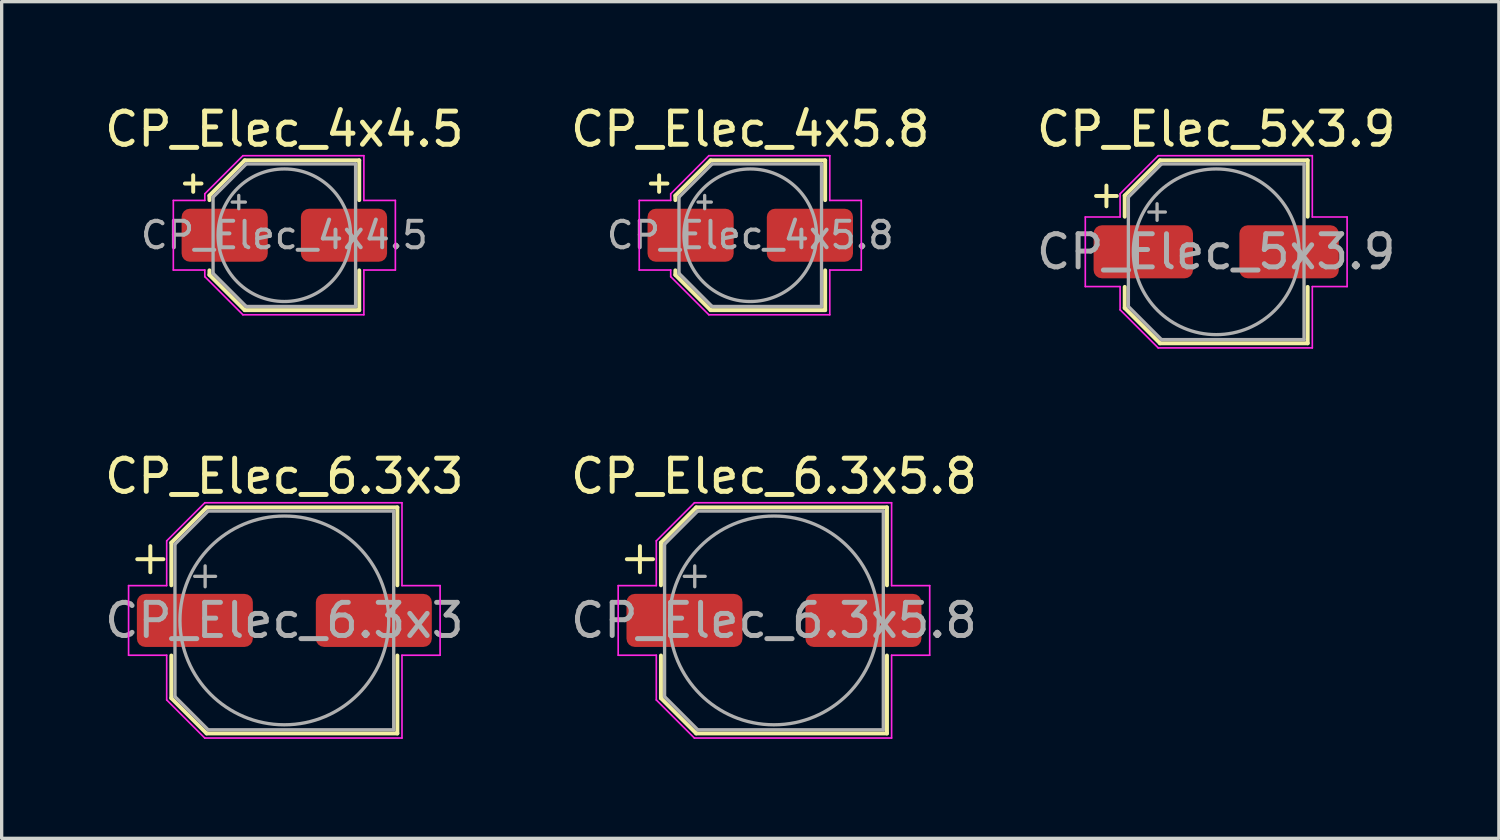
<source format=kicad_pcb>
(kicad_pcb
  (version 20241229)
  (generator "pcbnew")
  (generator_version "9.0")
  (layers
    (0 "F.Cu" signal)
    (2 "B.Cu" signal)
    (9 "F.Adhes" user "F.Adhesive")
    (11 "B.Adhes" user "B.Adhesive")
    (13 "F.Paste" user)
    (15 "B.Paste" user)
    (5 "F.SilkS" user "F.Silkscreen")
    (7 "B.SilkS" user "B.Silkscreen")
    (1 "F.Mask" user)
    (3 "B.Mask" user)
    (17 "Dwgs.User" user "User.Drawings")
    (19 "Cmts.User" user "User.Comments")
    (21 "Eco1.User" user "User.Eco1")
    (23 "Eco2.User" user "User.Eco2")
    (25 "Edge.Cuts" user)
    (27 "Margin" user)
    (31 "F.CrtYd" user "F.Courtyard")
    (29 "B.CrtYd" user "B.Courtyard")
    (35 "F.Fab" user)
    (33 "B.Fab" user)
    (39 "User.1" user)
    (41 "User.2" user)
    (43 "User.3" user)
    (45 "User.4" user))
  (footprint "CP_Elec_4x5.8"
    (layer "F.Cu")
    (at 19.589 4.048)
    (property "Reference" "CP_Elec_4x5.8" (at 0 -3.2 0) (layer "F.SilkS") (effects (font (size 1 1) (thickness 0.15))))
    (attr smd)
    (fp_line (start -3 -1.56) (end -2.5 -1.56) (stroke (width 0.12) (type solid)) (layer "F.SilkS"))
    (fp_line (start -2.75 -1.81) (end -2.75 -1.31) (stroke (width 0.12) (type solid)) (layer "F.SilkS"))
    (fp_line (start -2.26 -1.196) (end -2.26 -1.06) (stroke (width 0.12) (type solid)) (layer "F.SilkS"))
    (fp_line (start -2.26 -1.196) (end -1.196 -2.26) (stroke (width 0.12) (type solid)) (layer "F.SilkS"))
    (fp_line (start -2.26 1.196) (end -2.26 1.06) (stroke (width 0.12) (type solid)) (layer "F.SilkS"))
    (fp_line (start -2.26 1.196) (end -1.196 2.26) (stroke (width 0.12) (type solid)) (layer "F.SilkS"))
    (fp_line (start -1.196 -2.26) (end 2.26 -2.26) (stroke (width 0.12) (type solid)) (layer "F.SilkS"))
    (fp_line (start -1.196 2.26) (end 2.26 2.26) (stroke (width 0.12) (type solid)) (layer "F.SilkS"))
    (fp_line (start 2.26 -2.26) (end 2.26 -1.06) (stroke (width 0.12) (type solid)) (layer "F.SilkS"))
    (fp_line (start 2.26 2.26) (end 2.26 1.06) (stroke (width 0.12) (type solid)) (layer "F.SilkS"))
    (fp_line (start -3.35 -1.05) (end -3.35 1.05) (stroke (width 0.05) (type solid)) (layer "F.CrtYd"))
    (fp_line (start -3.35 1.05) (end -2.4 1.05) (stroke (width 0.05) (type solid)) (layer "F.CrtYd"))
    (fp_line (start -2.4 -1.25) (end -2.4 -1.05) (stroke (width 0.05) (type solid)) (layer "F.CrtYd"))
    (fp_line (start -2.4 -1.25) (end -1.25 -2.4) (stroke (width 0.05) (type solid)) (layer "F.CrtYd"))
    (fp_line (start -2.4 -1.05) (end -3.35 -1.05) (stroke (width 0.05) (type solid)) (layer "F.CrtYd"))
    (fp_line (start -2.4 1.05) (end -2.4 1.25) (stroke (width 0.05) (type solid)) (layer "F.CrtYd"))
    (fp_line (start -2.4 1.25) (end -1.25 2.4) (stroke (width 0.05) (type solid)) (layer "F.CrtYd"))
    (fp_line (start -1.25 -2.4) (end 2.4 -2.4) (stroke (width 0.05) (type solid)) (layer "F.CrtYd"))
    (fp_line (start -1.25 2.4) (end 2.4 2.4) (stroke (width 0.05) (type solid)) (layer "F.CrtYd"))
    (fp_line (start 2.4 -2.4) (end 2.4 -1.05) (stroke (width 0.05) (type solid)) (layer "F.CrtYd"))
    (fp_line (start 2.4 -1.05) (end 3.35 -1.05) (stroke (width 0.05) (type solid)) (layer "F.CrtYd"))
    (fp_line (start 2.4 1.05) (end 2.4 2.4) (stroke (width 0.05) (type solid)) (layer "F.CrtYd"))
    (fp_line (start 3.35 -1.05) (end 3.35 1.05) (stroke (width 0.05) (type solid)) (layer "F.CrtYd"))
    (fp_line (start 3.35 1.05) (end 2.4 1.05) (stroke (width 0.05) (type solid)) (layer "F.CrtYd"))
    (fp_line (start -2.15 -1.15) (end -2.15 1.15) (stroke (width 0.1) (type solid)) (layer "F.Fab"))
    (fp_line (start -2.15 -1.15) (end -1.15 -2.15) (stroke (width 0.1) (type solid)) (layer "F.Fab"))
    (fp_line (start -2.15 1.15) (end -1.15 2.15) (stroke (width 0.1) (type solid)) (layer "F.Fab"))
    (fp_line (start -1.575 -1) (end -1.175 -1) (stroke (width 0.1) (type solid)) (layer "F.Fab"))
    (fp_line (start -1.375 -1.2) (end -1.375 -0.8) (stroke (width 0.1) (type solid)) (layer "F.Fab"))
    (fp_line (start -1.15 -2.15) (end 2.15 -2.15) (stroke (width 0.1) (type solid)) (layer "F.Fab"))
    (fp_line (start -1.15 2.15) (end 2.15 2.15) (stroke (width 0.1) (type solid)) (layer "F.Fab"))
    (fp_line (start 2.15 -2.15) (end 2.15 2.15) (stroke (width 0.1) (type solid)) (layer "F.Fab"))
    (fp_circle (center 0 0) (end 2 0) (stroke (width 0.1) (type solid)) (fill no) (layer "F.Fab"))
    (fp_text user "${REFERENCE}" (at 0 0 0) (layer "F.Fab") (effects (font (size 0.8 0.8) (thickness 0.12))))
    (pad "1" smd roundrect (at -1.8 0) (size 2.6 1.6) (layers "F.Cu" "F.Mask" "F.Paste") (roundrect_rratio 0.156))
    (pad "2" smd roundrect (at 1.8 0) (size 2.6 1.6) (layers "F.Cu" "F.Mask" "F.Paste") (roundrect_rratio 0.156)))
  (footprint "CP_Elec_6.3x5.8"
    (layer "F.Cu")
    (at 20.304 15.671)
    (property "Reference" "CP_Elec_6.3x5.8" (at 0 -4.35 0) (layer "F.SilkS") (effects (font (size 1 1) (thickness 0.15))))
    (attr smd)
    (fp_line (start -4.438 -1.847) (end -3.65 -1.847) (stroke (width 0.12) (type solid)) (layer "F.SilkS"))
    (fp_line (start -4.044 -2.241) (end -4.044 -1.454) (stroke (width 0.12) (type solid)) (layer "F.SilkS"))
    (fp_line (start -3.41 -2.346) (end -3.41 -1.06) (stroke (width 0.12) (type solid)) (layer "F.SilkS"))
    (fp_line (start -3.41 -2.346) (end -2.346 -3.41) (stroke (width 0.12) (type solid)) (layer "F.SilkS"))
    (fp_line (start -3.41 2.346) (end -3.41 1.06) (stroke (width 0.12) (type solid)) (layer "F.SilkS"))
    (fp_line (start -3.41 2.346) (end -2.346 3.41) (stroke (width 0.12) (type solid)) (layer "F.SilkS"))
    (fp_line (start -2.346 -3.41) (end 3.41 -3.41) (stroke (width 0.12) (type solid)) (layer "F.SilkS"))
    (fp_line (start -2.346 3.41) (end 3.41 3.41) (stroke (width 0.12) (type solid)) (layer "F.SilkS"))
    (fp_line (start 3.41 -3.41) (end 3.41 -1.06) (stroke (width 0.12) (type solid)) (layer "F.SilkS"))
    (fp_line (start 3.41 3.41) (end 3.41 1.06) (stroke (width 0.12) (type solid)) (layer "F.SilkS"))
    (fp_line (start -4.7 -1.05) (end -4.7 1.05) (stroke (width 0.05) (type solid)) (layer "F.CrtYd"))
    (fp_line (start -4.7 1.05) (end -3.55 1.05) (stroke (width 0.05) (type solid)) (layer "F.CrtYd"))
    (fp_line (start -3.55 -2.4) (end -3.55 -1.05) (stroke (width 0.05) (type solid)) (layer "F.CrtYd"))
    (fp_line (start -3.55 -2.4) (end -2.4 -3.55) (stroke (width 0.05) (type solid)) (layer "F.CrtYd"))
    (fp_line (start -3.55 -1.05) (end -4.7 -1.05) (stroke (width 0.05) (type solid)) (layer "F.CrtYd"))
    (fp_line (start -3.55 1.05) (end -3.55 2.4) (stroke (width 0.05) (type solid)) (layer "F.CrtYd"))
    (fp_line (start -3.55 2.4) (end -2.4 3.55) (stroke (width 0.05) (type solid)) (layer "F.CrtYd"))
    (fp_line (start -2.4 -3.55) (end 3.55 -3.55) (stroke (width 0.05) (type solid)) (layer "F.CrtYd"))
    (fp_line (start -2.4 3.55) (end 3.55 3.55) (stroke (width 0.05) (type solid)) (layer "F.CrtYd"))
    (fp_line (start 3.55 -3.55) (end 3.55 -1.05) (stroke (width 0.05) (type solid)) (layer "F.CrtYd"))
    (fp_line (start 3.55 -1.05) (end 4.7 -1.05) (stroke (width 0.05) (type solid)) (layer "F.CrtYd"))
    (fp_line (start 3.55 1.05) (end 3.55 3.55) (stroke (width 0.05) (type solid)) (layer "F.CrtYd"))
    (fp_line (start 4.7 -1.05) (end 4.7 1.05) (stroke (width 0.05) (type solid)) (layer "F.CrtYd"))
    (fp_line (start 4.7 1.05) (end 3.55 1.05) (stroke (width 0.05) (type solid)) (layer "F.CrtYd"))
    (fp_line (start -3.3 -2.3) (end -3.3 2.3) (stroke (width 0.1) (type solid)) (layer "F.Fab"))
    (fp_line (start -3.3 -2.3) (end -2.3 -3.3) (stroke (width 0.1) (type solid)) (layer "F.Fab"))
    (fp_line (start -3.3 2.3) (end -2.3 3.3) (stroke (width 0.1) (type solid)) (layer "F.Fab"))
    (fp_line (start -2.705 -1.33) (end -2.075 -1.33) (stroke (width 0.1) (type solid)) (layer "F.Fab"))
    (fp_line (start -2.39 -1.645) (end -2.39 -1.015) (stroke (width 0.1) (type solid)) (layer "F.Fab"))
    (fp_line (start -2.3 -3.3) (end 3.3 -3.3) (stroke (width 0.1) (type solid)) (layer "F.Fab"))
    (fp_line (start -2.3 3.3) (end 3.3 3.3) (stroke (width 0.1) (type solid)) (layer "F.Fab"))
    (fp_line (start 3.3 -3.3) (end 3.3 3.3) (stroke (width 0.1) (type solid)) (layer "F.Fab"))
    (fp_circle (center 0 0) (end 3.15 0) (stroke (width 0.1) (type solid)) (fill no) (layer "F.Fab"))
    (fp_text user "${REFERENCE}" (at 0 0 0) (layer "F.Fab") (effects (font (size 1 1) (thickness 0.15))))
    (pad "1" smd roundrect (at -2.7 0) (size 3.5 1.6) (layers "F.Cu" "F.Mask" "F.Paste") (roundrect_rratio 0.156))
    (pad "2" smd roundrect (at 2.7 0) (size 3.5 1.6) (layers "F.Cu" "F.Mask" "F.Paste") (roundrect_rratio 0.156)))
  (footprint "CP_Elec_5x3.9"
    (layer "F.Cu")
    (at 33.649 4.548)
    (property "Reference" "CP_Elec_5x3.9" (at 0 -3.7 0) (layer "F.SilkS") (effects (font (size 1 1) (thickness 0.15))))
    (attr smd)
    (fp_line (start -3.625 -1.685) (end -3 -1.685) (stroke (width 0.12) (type solid)) (layer "F.SilkS"))
    (fp_line (start -3.312 -1.998) (end -3.312 -1.373) (stroke (width 0.12) (type solid)) (layer "F.SilkS"))
    (fp_line (start -2.76 -1.696) (end -2.76 -1.06) (stroke (width 0.12) (type solid)) (layer "F.SilkS"))
    (fp_line (start -2.76 -1.696) (end -1.696 -2.76) (stroke (width 0.12) (type solid)) (layer "F.SilkS"))
    (fp_line (start -2.76 1.696) (end -2.76 1.06) (stroke (width 0.12) (type solid)) (layer "F.SilkS"))
    (fp_line (start -2.76 1.696) (end -1.696 2.76) (stroke (width 0.12) (type solid)) (layer "F.SilkS"))
    (fp_line (start -1.696 -2.76) (end 2.76 -2.76) (stroke (width 0.12) (type solid)) (layer "F.SilkS"))
    (fp_line (start -1.696 2.76) (end 2.76 2.76) (stroke (width 0.12) (type solid)) (layer "F.SilkS"))
    (fp_line (start 2.76 -2.76) (end 2.76 -1.06) (stroke (width 0.12) (type solid)) (layer "F.SilkS"))
    (fp_line (start 2.76 2.76) (end 2.76 1.06) (stroke (width 0.12) (type solid)) (layer "F.SilkS"))
    (fp_line (start -3.95 -1.05) (end -3.95 1.05) (stroke (width 0.05) (type solid)) (layer "F.CrtYd"))
    (fp_line (start -3.95 1.05) (end -2.9 1.05) (stroke (width 0.05) (type solid)) (layer "F.CrtYd"))
    (fp_line (start -2.9 -1.75) (end -2.9 -1.05) (stroke (width 0.05) (type solid)) (layer "F.CrtYd"))
    (fp_line (start -2.9 -1.75) (end -1.75 -2.9) (stroke (width 0.05) (type solid)) (layer "F.CrtYd"))
    (fp_line (start -2.9 -1.05) (end -3.95 -1.05) (stroke (width 0.05) (type solid)) (layer "F.CrtYd"))
    (fp_line (start -2.9 1.05) (end -2.9 1.75) (stroke (width 0.05) (type solid)) (layer "F.CrtYd"))
    (fp_line (start -2.9 1.75) (end -1.75 2.9) (stroke (width 0.05) (type solid)) (layer "F.CrtYd"))
    (fp_line (start -1.75 -2.9) (end 2.9 -2.9) (stroke (width 0.05) (type solid)) (layer "F.CrtYd"))
    (fp_line (start -1.75 2.9) (end 2.9 2.9) (stroke (width 0.05) (type solid)) (layer "F.CrtYd"))
    (fp_line (start 2.9 -2.9) (end 2.9 -1.05) (stroke (width 0.05) (type solid)) (layer "F.CrtYd"))
    (fp_line (start 2.9 -1.05) (end 3.95 -1.05) (stroke (width 0.05) (type solid)) (layer "F.CrtYd"))
    (fp_line (start 2.9 1.05) (end 2.9 2.9) (stroke (width 0.05) (type solid)) (layer "F.CrtYd"))
    (fp_line (start 3.95 -1.05) (end 3.95 1.05) (stroke (width 0.05) (type solid)) (layer "F.CrtYd"))
    (fp_line (start 3.95 1.05) (end 2.9 1.05) (stroke (width 0.05) (type solid)) (layer "F.CrtYd"))
    (fp_line (start -2.65 -1.65) (end -2.65 1.65) (stroke (width 0.1) (type solid)) (layer "F.Fab"))
    (fp_line (start -2.65 -1.65) (end -1.65 -2.65) (stroke (width 0.1) (type solid)) (layer "F.Fab"))
    (fp_line (start -2.65 1.65) (end -1.65 2.65) (stroke (width 0.1) (type solid)) (layer "F.Fab"))
    (fp_line (start -2.034 -1.2) (end -1.534 -1.2) (stroke (width 0.1) (type solid)) (layer "F.Fab"))
    (fp_line (start -1.784 -1.45) (end -1.784 -0.95) (stroke (width 0.1) (type solid)) (layer "F.Fab"))
    (fp_line (start -1.65 -2.65) (end 2.65 -2.65) (stroke (width 0.1) (type solid)) (layer "F.Fab"))
    (fp_line (start -1.65 2.65) (end 2.65 2.65) (stroke (width 0.1) (type solid)) (layer "F.Fab"))
    (fp_line (start 2.65 -2.65) (end 2.65 2.65) (stroke (width 0.1) (type solid)) (layer "F.Fab"))
    (fp_circle (center 0 0) (end 2.5 0) (stroke (width 0.1) (type solid)) (fill no) (layer "F.Fab"))
    (fp_text user "${REFERENCE}" (at 0 0 0) (layer "F.Fab") (effects (font (size 1 1) (thickness 0.15))))
    (pad "1" smd roundrect (at -2.2 0) (size 3 1.6) (layers "F.Cu" "F.Mask" "F.Paste") (roundrect_rratio 0.156))
    (pad "2" smd roundrect (at 2.2 0) (size 3 1.6) (layers "F.Cu" "F.Mask" "F.Paste") (roundrect_rratio 0.156)))
  (footprint "CP_Elec_4x4.5"
    (layer "F.Cu")
    (at 5.53 4.048)
    (property "Reference" "CP_Elec_4x4.5" (at 0 -3.2 0) (layer "F.SilkS") (effects (font (size 1 1) (thickness 0.15))))
    (attr smd)
    (fp_line (start -3 -1.56) (end -2.5 -1.56) (stroke (width 0.12) (type solid)) (layer "F.SilkS"))
    (fp_line (start -2.75 -1.81) (end -2.75 -1.31) (stroke (width 0.12) (type solid)) (layer "F.SilkS"))
    (fp_line (start -2.26 -1.196) (end -2.26 -1.06) (stroke (width 0.12) (type solid)) (layer "F.SilkS"))
    (fp_line (start -2.26 -1.196) (end -1.196 -2.26) (stroke (width 0.12) (type solid)) (layer "F.SilkS"))
    (fp_line (start -2.26 1.196) (end -2.26 1.06) (stroke (width 0.12) (type solid)) (layer "F.SilkS"))
    (fp_line (start -2.26 1.196) (end -1.196 2.26) (stroke (width 0.12) (type solid)) (layer "F.SilkS"))
    (fp_line (start -1.196 -2.26) (end 2.26 -2.26) (stroke (width 0.12) (type solid)) (layer "F.SilkS"))
    (fp_line (start -1.196 2.26) (end 2.26 2.26) (stroke (width 0.12) (type solid)) (layer "F.SilkS"))
    (fp_line (start 2.26 -2.26) (end 2.26 -1.06) (stroke (width 0.12) (type solid)) (layer "F.SilkS"))
    (fp_line (start 2.26 2.26) (end 2.26 1.06) (stroke (width 0.12) (type solid)) (layer "F.SilkS"))
    (fp_line (start -3.35 -1.05) (end -3.35 1.05) (stroke (width 0.05) (type solid)) (layer "F.CrtYd"))
    (fp_line (start -3.35 1.05) (end -2.4 1.05) (stroke (width 0.05) (type solid)) (layer "F.CrtYd"))
    (fp_line (start -2.4 -1.25) (end -2.4 -1.05) (stroke (width 0.05) (type solid)) (layer "F.CrtYd"))
    (fp_line (start -2.4 -1.25) (end -1.25 -2.4) (stroke (width 0.05) (type solid)) (layer "F.CrtYd"))
    (fp_line (start -2.4 -1.05) (end -3.35 -1.05) (stroke (width 0.05) (type solid)) (layer "F.CrtYd"))
    (fp_line (start -2.4 1.05) (end -2.4 1.25) (stroke (width 0.05) (type solid)) (layer "F.CrtYd"))
    (fp_line (start -2.4 1.25) (end -1.25 2.4) (stroke (width 0.05) (type solid)) (layer "F.CrtYd"))
    (fp_line (start -1.25 -2.4) (end 2.4 -2.4) (stroke (width 0.05) (type solid)) (layer "F.CrtYd"))
    (fp_line (start -1.25 2.4) (end 2.4 2.4) (stroke (width 0.05) (type solid)) (layer "F.CrtYd"))
    (fp_line (start 2.4 -2.4) (end 2.4 -1.05) (stroke (width 0.05) (type solid)) (layer "F.CrtYd"))
    (fp_line (start 2.4 -1.05) (end 3.35 -1.05) (stroke (width 0.05) (type solid)) (layer "F.CrtYd"))
    (fp_line (start 2.4 1.05) (end 2.4 2.4) (stroke (width 0.05) (type solid)) (layer "F.CrtYd"))
    (fp_line (start 3.35 -1.05) (end 3.35 1.05) (stroke (width 0.05) (type solid)) (layer "F.CrtYd"))
    (fp_line (start 3.35 1.05) (end 2.4 1.05) (stroke (width 0.05) (type solid)) (layer "F.CrtYd"))
    (fp_line (start -2.15 -1.15) (end -2.15 1.15) (stroke (width 0.1) (type solid)) (layer "F.Fab"))
    (fp_line (start -2.15 -1.15) (end -1.15 -2.15) (stroke (width 0.1) (type solid)) (layer "F.Fab"))
    (fp_line (start -2.15 1.15) (end -1.15 2.15) (stroke (width 0.1) (type solid)) (layer "F.Fab"))
    (fp_line (start -1.575 -1) (end -1.175 -1) (stroke (width 0.1) (type solid)) (layer "F.Fab"))
    (fp_line (start -1.375 -1.2) (end -1.375 -0.8) (stroke (width 0.1) (type solid)) (layer "F.Fab"))
    (fp_line (start -1.15 -2.15) (end 2.15 -2.15) (stroke (width 0.1) (type solid)) (layer "F.Fab"))
    (fp_line (start -1.15 2.15) (end 2.15 2.15) (stroke (width 0.1) (type solid)) (layer "F.Fab"))
    (fp_line (start 2.15 -2.15) (end 2.15 2.15) (stroke (width 0.1) (type solid)) (layer "F.Fab"))
    (fp_circle (center 0 0) (end 2 0) (stroke (width 0.1) (type solid)) (fill no) (layer "F.Fab"))
    (fp_text user "${REFERENCE}" (at 0 0 0) (layer "F.Fab") (effects (font (size 0.8 0.8) (thickness 0.12))))
    (pad "1" smd roundrect (at -1.8 0) (size 2.6 1.6) (layers "F.Cu" "F.Mask" "F.Paste") (roundrect_rratio 0.156))
    (pad "2" smd roundrect (at 1.8 0) (size 2.6 1.6) (layers "F.Cu" "F.Mask" "F.Paste") (roundrect_rratio 0.156)))
  (footprint "CP_Elec_6.3x3"
    (layer "F.Cu")
    (at 5.53 15.671)
    (property "Reference" "CP_Elec_6.3x3" (at 0 -4.35 0) (layer "F.SilkS") (effects (font (size 1 1) (thickness 0.15))))
    (attr smd)
    (fp_line (start -4.438 -1.847) (end -3.65 -1.847) (stroke (width 0.12) (type solid)) (layer "F.SilkS"))
    (fp_line (start -4.044 -2.241) (end -4.044 -1.454) (stroke (width 0.12) (type solid)) (layer "F.SilkS"))
    (fp_line (start -3.41 -2.346) (end -3.41 -1.06) (stroke (width 0.12) (type solid)) (layer "F.SilkS"))
    (fp_line (start -3.41 -2.346) (end -2.346 -3.41) (stroke (width 0.12) (type solid)) (layer "F.SilkS"))
    (fp_line (start -3.41 2.346) (end -3.41 1.06) (stroke (width 0.12) (type solid)) (layer "F.SilkS"))
    (fp_line (start -3.41 2.346) (end -2.346 3.41) (stroke (width 0.12) (type solid)) (layer "F.SilkS"))
    (fp_line (start -2.346 -3.41) (end 3.41 -3.41) (stroke (width 0.12) (type solid)) (layer "F.SilkS"))
    (fp_line (start -2.346 3.41) (end 3.41 3.41) (stroke (width 0.12) (type solid)) (layer "F.SilkS"))
    (fp_line (start 3.41 -3.41) (end 3.41 -1.06) (stroke (width 0.12) (type solid)) (layer "F.SilkS"))
    (fp_line (start 3.41 3.41) (end 3.41 1.06) (stroke (width 0.12) (type solid)) (layer "F.SilkS"))
    (fp_line (start -4.7 -1.05) (end -4.7 1.05) (stroke (width 0.05) (type solid)) (layer "F.CrtYd"))
    (fp_line (start -4.7 1.05) (end -3.55 1.05) (stroke (width 0.05) (type solid)) (layer "F.CrtYd"))
    (fp_line (start -3.55 -2.4) (end -3.55 -1.05) (stroke (width 0.05) (type solid)) (layer "F.CrtYd"))
    (fp_line (start -3.55 -2.4) (end -2.4 -3.55) (stroke (width 0.05) (type solid)) (layer "F.CrtYd"))
    (fp_line (start -3.55 -1.05) (end -4.7 -1.05) (stroke (width 0.05) (type solid)) (layer "F.CrtYd"))
    (fp_line (start -3.55 1.05) (end -3.55 2.4) (stroke (width 0.05) (type solid)) (layer "F.CrtYd"))
    (fp_line (start -3.55 2.4) (end -2.4 3.55) (stroke (width 0.05) (type solid)) (layer "F.CrtYd"))
    (fp_line (start -2.4 -3.55) (end 3.55 -3.55) (stroke (width 0.05) (type solid)) (layer "F.CrtYd"))
    (fp_line (start -2.4 3.55) (end 3.55 3.55) (stroke (width 0.05) (type solid)) (layer "F.CrtYd"))
    (fp_line (start 3.55 -3.55) (end 3.55 -1.05) (stroke (width 0.05) (type solid)) (layer "F.CrtYd"))
    (fp_line (start 3.55 -1.05) (end 4.7 -1.05) (stroke (width 0.05) (type solid)) (layer "F.CrtYd"))
    (fp_line (start 3.55 1.05) (end 3.55 3.55) (stroke (width 0.05) (type solid)) (layer "F.CrtYd"))
    (fp_line (start 4.7 -1.05) (end 4.7 1.05) (stroke (width 0.05) (type solid)) (layer "F.CrtYd"))
    (fp_line (start 4.7 1.05) (end 3.55 1.05) (stroke (width 0.05) (type solid)) (layer "F.CrtYd"))
    (fp_line (start -3.3 -2.3) (end -3.3 2.3) (stroke (width 0.1) (type solid)) (layer "F.Fab"))
    (fp_line (start -3.3 -2.3) (end -2.3 -3.3) (stroke (width 0.1) (type solid)) (layer "F.Fab"))
    (fp_line (start -3.3 2.3) (end -2.3 3.3) (stroke (width 0.1) (type solid)) (layer "F.Fab"))
    (fp_line (start -2.705 -1.33) (end -2.075 -1.33) (stroke (width 0.1) (type solid)) (layer "F.Fab"))
    (fp_line (start -2.39 -1.645) (end -2.39 -1.015) (stroke (width 0.1) (type solid)) (layer "F.Fab"))
    (fp_line (start -2.3 -3.3) (end 3.3 -3.3) (stroke (width 0.1) (type solid)) (layer "F.Fab"))
    (fp_line (start -2.3 3.3) (end 3.3 3.3) (stroke (width 0.1) (type solid)) (layer "F.Fab"))
    (fp_line (start 3.3 -3.3) (end 3.3 3.3) (stroke (width 0.1) (type solid)) (layer "F.Fab"))
    (fp_circle (center 0 0) (end 3.15 0) (stroke (width 0.1) (type solid)) (fill no) (layer "F.Fab"))
    (fp_text user "${REFERENCE}" (at 0 0 0) (layer "F.Fab") (effects (font (size 1 1) (thickness 0.15))))
    (pad "1" smd roundrect (at -2.7 0) (size 3.5 1.6) (layers "F.Cu" "F.Mask" "F.Paste") (roundrect_rratio 0.156))
    (pad "2" smd roundrect (at 2.7 0) (size 3.5 1.6) (layers "F.Cu" "F.Mask" "F.Paste") (roundrect_rratio 0.156)))
  (gr_rect
    (start -3 -3)
    (end 42.179 22.247)
    (stroke (width 0.1) (type default))
    (fill no)
    (layer "Edge.Cuts")))
</source>
